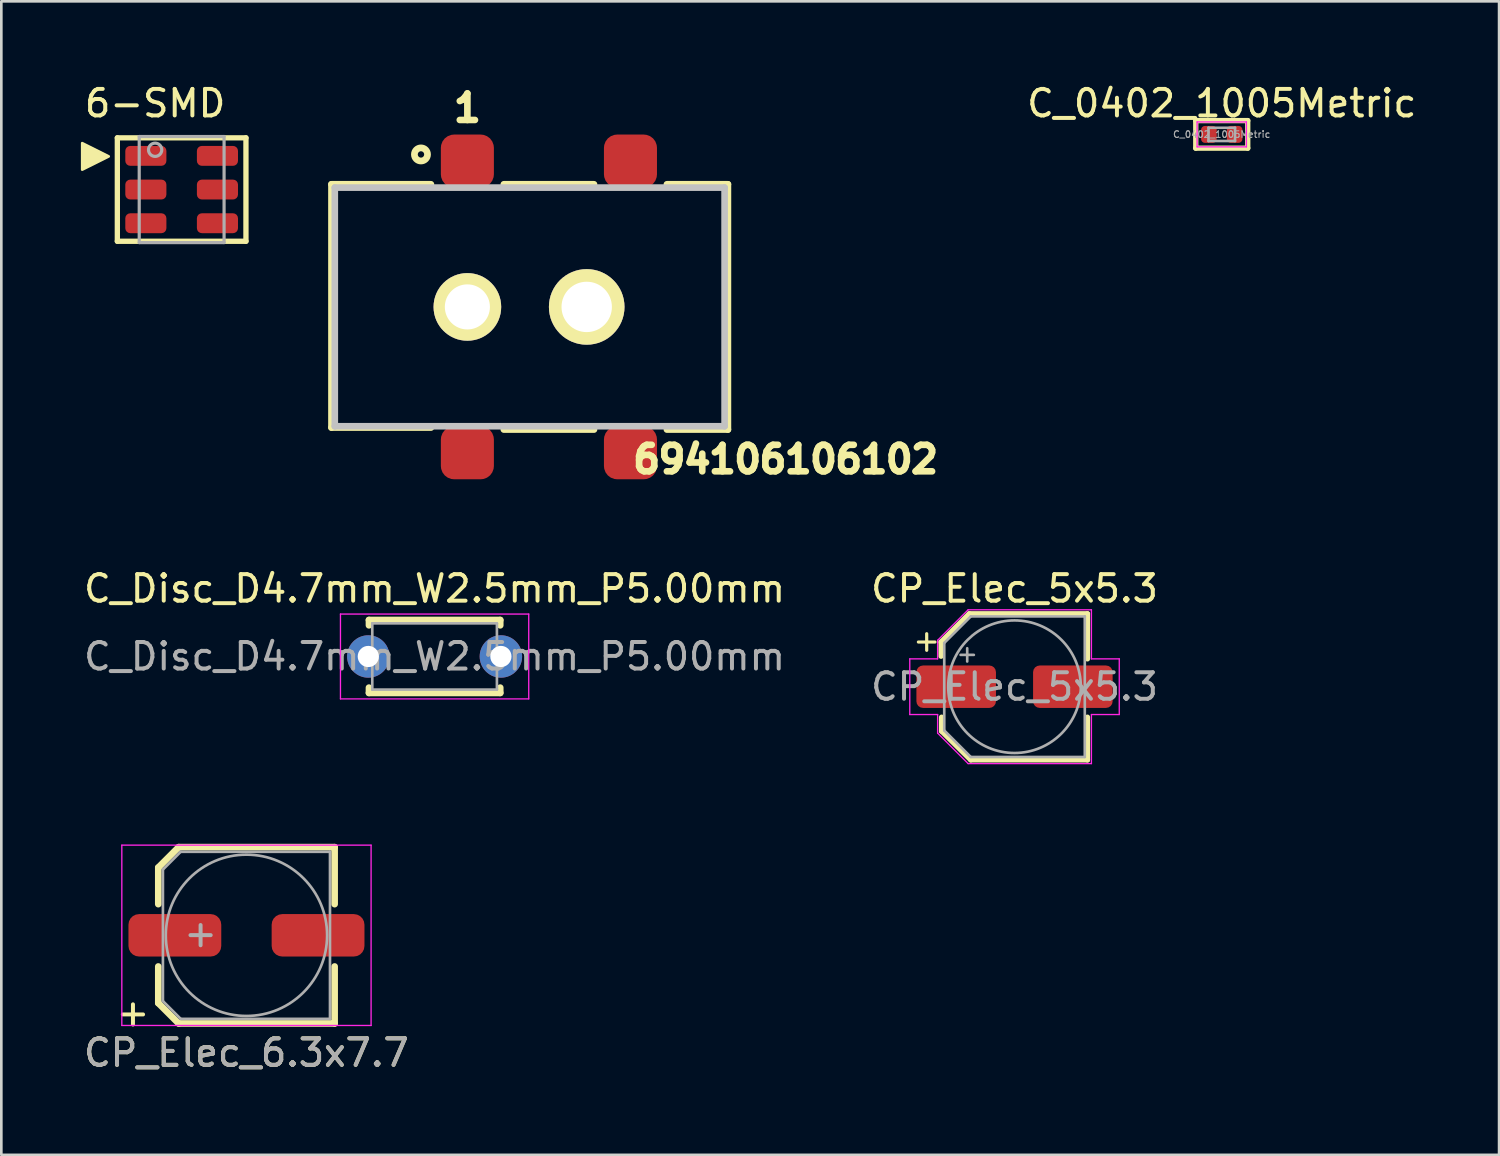
<source format=kicad_pcb>
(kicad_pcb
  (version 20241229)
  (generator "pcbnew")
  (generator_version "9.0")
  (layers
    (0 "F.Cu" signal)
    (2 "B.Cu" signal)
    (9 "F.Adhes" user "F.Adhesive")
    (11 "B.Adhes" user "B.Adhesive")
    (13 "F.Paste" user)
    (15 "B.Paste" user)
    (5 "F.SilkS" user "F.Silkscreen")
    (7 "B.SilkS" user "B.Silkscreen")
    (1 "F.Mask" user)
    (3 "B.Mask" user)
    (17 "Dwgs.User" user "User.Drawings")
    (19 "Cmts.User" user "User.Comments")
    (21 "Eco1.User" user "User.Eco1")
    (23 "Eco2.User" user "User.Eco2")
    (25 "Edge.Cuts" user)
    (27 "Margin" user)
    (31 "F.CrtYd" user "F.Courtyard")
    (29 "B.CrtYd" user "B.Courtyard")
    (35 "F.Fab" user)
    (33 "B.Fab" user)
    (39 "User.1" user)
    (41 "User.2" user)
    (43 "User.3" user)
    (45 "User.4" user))
  (footprint "694106106102"
    (layer "F.Cu")
    (at 9.575 13.024)
    (property "Reference" "694106106102" (at 17 1.25 0) (layer "F.SilkS") (effects (font (size 1 1) (thickness 0.25))))
    (attr through_hole)
    (fp_line (start -0.125 -9.125) (end 3.625 -9.125) (stroke (width 0.25) (type solid)) (layer "F.SilkS"))
    (fp_line (start -0.125 0.05) (end -0.125 -9.125) (stroke (width 0.25) (type solid)) (layer "F.SilkS"))
    (fp_line (start -0.125 0.05) (end 3.625 0.05) (stroke (width 0.25) (type solid)) (layer "F.SilkS"))
    (fp_line (start 6.375 -9.125) (end 9.775 -9.125) (stroke (width 0.25) (type solid)) (layer "F.SilkS"))
    (fp_line (start 6.375 0.125) (end 9.775 0.125) (stroke (width 0.25) (type solid)) (layer "F.SilkS"))
    (fp_line (start 14.825 -9.125) (end 12.525 -9.125) (stroke (width 0.25) (type solid)) (layer "F.SilkS"))
    (fp_line (start 14.825 0.125) (end 12.525 0.125) (stroke (width 0.25) (type solid)) (layer "F.SilkS"))
    (fp_line (start 14.825 0.125) (end 14.825 -9.125) (stroke (width 0.25) (type solid)) (layer "F.SilkS"))
    (fp_circle (center 3.25 -10.25) (end 3.13 -10.25) (stroke (width 0.254) (type solid)) (fill no) (layer "F.SilkS"))
    (fp_line (start 0 -9) (end 14.7 -9) (stroke (width 0.25) (type solid)) (layer "Dwgs.User"))
    (fp_line (start 0 0) (end 0 -9) (stroke (width 0.25) (type solid)) (layer "Dwgs.User"))
    (fp_line (start 14.7 -9) (end 14.7 0) (stroke (width 0.25) (type solid)) (layer "Dwgs.User"))
    (fp_line (start 14.7 0) (end 0 0) (stroke (width 0.25) (type solid)) (layer "Dwgs.User"))
    (fp_text user "1" (at 5 -12 0) (layer "F.SilkS") (effects (font (size 1 1) (thickness 0.25))))
    (pad "1" smd roundrect (at 5 -10 90) (size 2 2) (layers "F.Cu" "F.Mask" "F.Paste") (roundrect_rratio 0.25))
    (pad "1" smd roundrect (at 11.15 -10 90) (size 2 2) (layers "F.Cu" "F.Mask" "F.Paste") (roundrect_rratio 0.25))
    (pad "2" smd roundrect (at 5 1 90) (size 2 2) (layers "F.Cu" "F.Mask" "F.Paste") (roundrect_rratio 0.25))
    (pad "3" smd roundrect (at 11.15 1 90) (size 2 2) (layers "F.Cu" "F.Mask" "F.Paste") (roundrect_rratio 0.25))
    (pad "4" thru_hole circle (at 5 -4.5 90) (size 2.55 2.55) (drill 1.7) (layers "*.Cu" "*.Mask" "F.SilkS"))
    (pad "5" thru_hole circle (at 9.5 -4.5 90) (size 2.85 2.85) (drill 1.9) (layers "*.Cu" "*.Mask" "F.SilkS")))
  (footprint "6-SMD"
    (layer "F.Cu")
    (at 3.8 4.098)
    (property "Reference" "6-SMD" (at -1 -3.25 0) (layer "F.SilkS") (effects (font (size 1 1) (thickness 0.15))))
    (attr through_hole)
    (fp_line (start -2.425 -1.95) (end 2.425 -1.95) (stroke (width 0.2) (type solid)) (layer "F.SilkS"))
    (fp_line (start -2.425 1.95) (end -2.425 -1.95) (stroke (width 0.2) (type solid)) (layer "F.SilkS"))
    (fp_line (start 2.425 -1.95) (end 2.425 1.95) (stroke (width 0.2) (type solid)) (layer "F.SilkS"))
    (fp_line (start 2.425 1.95) (end -2.425 1.95) (stroke (width 0.2) (type solid)) (layer "F.SilkS"))
    (fp_poly (pts (xy -2.75 -1.25) (xy -3.75 -0.75) (xy -3.75 -1.75)) (stroke (width 0.1) (type solid)) (fill yes) (layer "F.SilkS"))
    (fp_line (start -1.6 -2) (end -1.6 2) (stroke (width 0.12) (type solid)) (layer "F.Fab"))
    (fp_line (start -1.6 -2) (end 1.6 -2) (stroke (width 0.12) (type solid)) (layer "F.Fab"))
    (fp_line (start 1.6 -2) (end 1.6 2) (stroke (width 0.12) (type solid)) (layer "F.Fab"))
    (fp_line (start 1.6 2) (end -1.6 2) (stroke (width 0.12) (type solid)) (layer "F.Fab"))
    (fp_circle (center -1 -1.5) (end -1 -1.75) (stroke (width 0.12) (type solid)) (fill no) (layer "F.Fab"))
    (pad "1" smd roundrect (at -1.35 -1.27) (size 1.55 0.75) (layers "F.Cu" "F.Mask" "F.Paste") (roundrect_rratio 0.25))
    (pad "2" smd roundrect (at -1.35 0) (size 1.55 0.75) (layers "F.Cu" "F.Mask" "F.Paste") (roundrect_rratio 0.25))
    (pad "3" smd roundrect (at -1.35 1.27) (size 1.55 0.75) (layers "F.Cu" "F.Mask" "F.Paste") (roundrect_rratio 0.25))
    (pad "4" smd roundrect (at 1.35 1.27) (size 1.55 0.75) (layers "F.Cu" "F.Mask" "F.Paste") (roundrect_rratio 0.25))
    (pad "5" smd roundrect (at 1.35 0) (size 1.55 0.75) (layers "F.Cu" "F.Mask" "F.Paste") (roundrect_rratio 0.25))
    (pad "6" smd roundrect (at 1.35 -1.27) (size 1.55 0.75) (layers "F.Cu" "F.Mask" "F.Paste") (roundrect_rratio 0.25)))
  (footprint "C_0402_1005Metric"
    (layer "F.Cu")
    (at 43.023 2.018)
    (property "Reference" "C_0402_1005Metric" (at 0 -1.17 0) (layer "F.SilkS") (effects (font (size 1 1) (thickness 0.15))))
    (attr smd)
    (fp_line (start -0.98 -0.52) (end -0.98 0.52) (stroke (width 0.2) (type solid)) (layer "F.SilkS"))
    (fp_line (start -0.98 -0.52) (end 0.98 -0.52) (stroke (width 0.2) (type solid)) (layer "F.SilkS"))
    (fp_line (start -0.98 0.52) (end 0.98 0.52) (stroke (width 0.2) (type solid)) (layer "F.SilkS"))
    (fp_line (start 0.98 -0.52) (end 0.98 0.52) (stroke (width 0.2) (type solid)) (layer "F.SilkS"))
    (fp_line (start -0.93 -0.47) (end 0.93 -0.47) (stroke (width 0.05) (type solid)) (layer "F.CrtYd"))
    (fp_line (start -0.93 0.47) (end -0.93 -0.47) (stroke (width 0.05) (type solid)) (layer "F.CrtYd"))
    (fp_line (start 0.93 -0.47) (end 0.93 0.47) (stroke (width 0.05) (type solid)) (layer "F.CrtYd"))
    (fp_line (start 0.93 0.47) (end -0.93 0.47) (stroke (width 0.05) (type solid)) (layer "F.CrtYd"))
    (fp_line (start -0.5 -0.25) (end 0.5 -0.25) (stroke (width 0.1) (type solid)) (layer "F.Fab"))
    (fp_line (start -0.5 0.25) (end -0.5 -0.25) (stroke (width 0.1) (type solid)) (layer "F.Fab"))
    (fp_line (start 0.5 -0.25) (end 0.5 0.25) (stroke (width 0.1) (type solid)) (layer "F.Fab"))
    (fp_line (start 0.5 0.25) (end -0.5 0.25) (stroke (width 0.1) (type solid)) (layer "F.Fab"))
    (fp_text user "${REFERENCE}" (at 0 0 0) (layer "F.Fab") (effects (font (size 0.25 0.25) (thickness 0.04))))
    (pad "1" smd roundrect (at -0.485 0) (size 0.59 0.64) (layers "F.Cu" "F.Mask" "F.Paste") (roundrect_rratio 0.25))
    (pad "2" smd roundrect (at 0.485 0) (size 0.59 0.64) (layers "F.Cu" "F.Mask" "F.Paste") (roundrect_rratio 0.25)))
  (footprint "C_Disc_D4.7mm_W2.5mm_P5.00mm"
    (layer "F.Cu")
    (at 10.839 21.706)
    (property "Reference" "C_Disc_D4.7mm_W2.5mm_P5.00mm" (at 2.5 -2.56 0) (layer "F.SilkS") (effects (font (size 1 1) (thickness 0.15))))
    (attr through_hole)
    (fp_line (start 0.025 -1.375) (end 0.025 -1.175) (stroke (width 0.25) (type solid)) (layer "F.SilkS"))
    (fp_line (start 0.025 -1.375) (end 4.975 -1.375) (stroke (width 0.25) (type solid)) (layer "F.SilkS"))
    (fp_line (start 0.025 1.175) (end 0.025 1.375) (stroke (width 0.25) (type solid)) (layer "F.SilkS"))
    (fp_line (start 0.025 1.375) (end 4.975 1.375) (stroke (width 0.25) (type solid)) (layer "F.SilkS"))
    (fp_line (start 4.975 -1.375) (end 4.975 -1.175) (stroke (width 0.25) (type solid)) (layer "F.SilkS"))
    (fp_line (start 4.975 1.175) (end 4.975 1.375) (stroke (width 0.25) (type solid)) (layer "F.SilkS"))
    (fp_line (start -1.05 -1.6) (end -1.05 1.6) (stroke (width 0.05) (type solid)) (layer "F.CrtYd"))
    (fp_line (start -1.05 1.6) (end 6.05 1.6) (stroke (width 0.05) (type solid)) (layer "F.CrtYd"))
    (fp_line (start 6.05 -1.6) (end -1.05 -1.6) (stroke (width 0.05) (type solid)) (layer "F.CrtYd"))
    (fp_line (start 6.05 1.6) (end 6.05 -1.6) (stroke (width 0.05) (type solid)) (layer "F.CrtYd"))
    (fp_line (start 0.15 -1.25) (end 0.15 1.25) (stroke (width 0.1) (type solid)) (layer "F.Fab"))
    (fp_line (start 0.15 1.25) (end 4.85 1.25) (stroke (width 0.1) (type solid)) (layer "F.Fab"))
    (fp_line (start 4.85 -1.25) (end 0.15 -1.25) (stroke (width 0.1) (type solid)) (layer "F.Fab"))
    (fp_line (start 4.85 1.25) (end 4.85 -1.25) (stroke (width 0.1) (type solid)) (layer "F.Fab"))
    (fp_text user "${REFERENCE}" (at 2.5 0 0) (layer "F.Fab") (effects (font (size 1 1) (thickness 0.15))))
    (pad "1" thru_hole circle (at 0 0) (size 1.6 1.6) (drill 0.8) (layers "*.Cu" "*.Mask"))
    (pad "2" thru_hole circle (at 5 0) (size 1.6 1.6) (drill 0.8) (layers "*.Cu" "*.Mask")))
  (footprint "CP_Elec_5x5.3"
    (layer "F.Cu")
    (at 35.208 22.846)
    (property "Reference" "CP_Elec_5x5.3" (at 0 -3.7 0) (layer "F.SilkS") (effects (font (size 1 1) (thickness 0.15))))
    (attr smd)
    (fp_line (start -3.625 -1.685) (end -3 -1.685) (stroke (width 0.12) (type solid)) (layer "F.SilkS"))
    (fp_line (start -3.312 -1.998) (end -3.312 -1.373) (stroke (width 0.12) (type solid)) (layer "F.SilkS"))
    (fp_line (start -2.77 -1.686) (end -2.77 -1.15) (stroke (width 0.2) (type solid)) (layer "F.SilkS"))
    (fp_line (start -2.77 -1.686) (end -1.706 -2.75) (stroke (width 0.2) (type solid)) (layer "F.SilkS"))
    (fp_line (start -2.75 1.675) (end -2.75 1.15) (stroke (width 0.2) (type solid)) (layer "F.SilkS"))
    (fp_line (start -2.75 1.675) (end -1.65 2.76) (stroke (width 0.2) (type solid)) (layer "F.SilkS"))
    (fp_line (start -1.706 -2.75) (end 2.75 -2.75) (stroke (width 0.2) (type solid)) (layer "F.SilkS"))
    (fp_line (start -1.65 2.76) (end 2.75 2.76) (stroke (width 0.2) (type solid)) (layer "F.SilkS"))
    (fp_line (start 2.75 -2.75) (end 2.75 -1.05) (stroke (width 0.2) (type solid)) (layer "F.SilkS"))
    (fp_line (start 2.75 2.76) (end 2.75 1.15) (stroke (width 0.2) (type solid)) (layer "F.SilkS"))
    (fp_line (start -3.95 -1.05) (end -3.95 1.05) (stroke (width 0.05) (type solid)) (layer "F.CrtYd"))
    (fp_line (start -3.95 1.05) (end -2.9 1.05) (stroke (width 0.05) (type solid)) (layer "F.CrtYd"))
    (fp_line (start -2.9 -1.75) (end -2.9 -1.05) (stroke (width 0.05) (type solid)) (layer "F.CrtYd"))
    (fp_line (start -2.9 -1.75) (end -1.75 -2.9) (stroke (width 0.05) (type solid)) (layer "F.CrtYd"))
    (fp_line (start -2.9 -1.05) (end -3.95 -1.05) (stroke (width 0.05) (type solid)) (layer "F.CrtYd"))
    (fp_line (start -2.9 1.05) (end -2.9 1.75) (stroke (width 0.05) (type solid)) (layer "F.CrtYd"))
    (fp_line (start -2.9 1.75) (end -1.75 2.9) (stroke (width 0.05) (type solid)) (layer "F.CrtYd"))
    (fp_line (start -1.75 -2.9) (end 2.9 -2.9) (stroke (width 0.05) (type solid)) (layer "F.CrtYd"))
    (fp_line (start -1.75 2.9) (end 2.9 2.9) (stroke (width 0.05) (type solid)) (layer "F.CrtYd"))
    (fp_line (start 2.9 -2.9) (end 2.9 -1.05) (stroke (width 0.05) (type solid)) (layer "F.CrtYd"))
    (fp_line (start 2.9 -1.05) (end 3.95 -1.05) (stroke (width 0.05) (type solid)) (layer "F.CrtYd"))
    (fp_line (start 2.9 1.05) (end 2.9 2.9) (stroke (width 0.05) (type solid)) (layer "F.CrtYd"))
    (fp_line (start 3.95 -1.05) (end 3.95 1.05) (stroke (width 0.05) (type solid)) (layer "F.CrtYd"))
    (fp_line (start 3.95 1.05) (end 2.9 1.05) (stroke (width 0.05) (type solid)) (layer "F.CrtYd"))
    (fp_line (start -2.65 -1.65) (end -2.65 1.65) (stroke (width 0.1) (type solid)) (layer "F.Fab"))
    (fp_line (start -2.65 -1.65) (end -1.65 -2.65) (stroke (width 0.1) (type solid)) (layer "F.Fab"))
    (fp_line (start -2.65 1.65) (end -1.65 2.65) (stroke (width 0.1) (type solid)) (layer "F.Fab"))
    (fp_line (start -2.034 -1.2) (end -1.534 -1.2) (stroke (width 0.1) (type solid)) (layer "F.Fab"))
    (fp_line (start -1.784 -1.45) (end -1.784 -0.95) (stroke (width 0.1) (type solid)) (layer "F.Fab"))
    (fp_line (start -1.65 -2.65) (end 2.65 -2.65) (stroke (width 0.1) (type solid)) (layer "F.Fab"))
    (fp_line (start -1.65 2.65) (end 2.65 2.65) (stroke (width 0.1) (type solid)) (layer "F.Fab"))
    (fp_line (start 2.65 -2.65) (end 2.65 2.65) (stroke (width 0.1) (type solid)) (layer "F.Fab"))
    (fp_circle (center 0 0) (end 2.5 0) (stroke (width 0.1) (type solid)) (fill no) (layer "F.Fab"))
    (fp_text user "${REFERENCE}" (at 0 0 0) (layer "F.Fab") (effects (font (size 1 1) (thickness 0.15))))
    (pad "1" smd roundrect (at -2.2 0) (size 3 1.6) (layers "F.Cu" "F.Mask" "F.Paste") (roundrect_rratio 0.156))
    (pad "2" smd roundrect (at 2.2 0) (size 3 1.6) (layers "F.Cu" "F.Mask" "F.Paste") (roundrect_rratio 0.156)))
  (footprint "CP_Elec_6.3x7.7"
    (layer "F.Cu")
    (at 6.244 32.221)
    (property "Reference" "CP_Elec_6.3x7.7" (at 0 4.43 0) (layer "F.SilkS") (effects (font (size 1 1) (thickness 0.15))))
    (attr smd)
    (fp_line (start -3.325 -2.555) (end -2.555 -3.325) (stroke (width 0.25) (type solid)) (layer "F.SilkS"))
    (fp_line (start -3.325 -1.175) (end -3.325 -2.555) (stroke (width 0.25) (type solid)) (layer "F.SilkS"))
    (fp_line (start -3.325 2.555) (end -3.325 1.175) (stroke (width 0.25) (type solid)) (layer "F.SilkS"))
    (fp_line (start -2.555 -3.325) (end 3.325 -3.325) (stroke (width 0.25) (type solid)) (layer "F.SilkS"))
    (fp_line (start -2.555 3.325) (end -3.325 2.555) (stroke (width 0.25) (type solid)) (layer "F.SilkS"))
    (fp_line (start 3.325 -3.325) (end 3.325 -1.175) (stroke (width 0.25) (type solid)) (layer "F.SilkS"))
    (fp_line (start 3.325 3.325) (end -2.555 3.325) (stroke (width 0.25) (type solid)) (layer "F.SilkS"))
    (fp_line (start 3.325 3.325) (end 3.325 1.175) (stroke (width 0.25) (type solid)) (layer "F.SilkS"))
    (fp_line (start -4.7 -3.4) (end -4.7 3.4) (stroke (width 0.05) (type solid)) (layer "F.CrtYd"))
    (fp_line (start -4.7 -3.4) (end 4.7 -3.4) (stroke (width 0.05) (type solid)) (layer "F.CrtYd"))
    (fp_line (start 4.7 3.4) (end -4.7 3.4) (stroke (width 0.05) (type solid)) (layer "F.CrtYd"))
    (fp_line (start 4.7 3.4) (end 4.7 -3.4) (stroke (width 0.05) (type solid)) (layer "F.CrtYd"))
    (fp_line (start -3.15 -2.48) (end -3.15 2.48) (stroke (width 0.1) (type solid)) (layer "F.Fab"))
    (fp_line (start -3.15 2.48) (end -2.48 3.15) (stroke (width 0.1) (type solid)) (layer "F.Fab"))
    (fp_line (start -2.48 -3.15) (end -3.15 -2.48) (stroke (width 0.1) (type solid)) (layer "F.Fab"))
    (fp_line (start -2.48 3.15) (end 3.15 3.15) (stroke (width 0.1) (type solid)) (layer "F.Fab"))
    (fp_line (start 3.15 -3.15) (end -2.48 -3.15) (stroke (width 0.1) (type solid)) (layer "F.Fab"))
    (fp_line (start 3.15 3.15) (end 3.15 -3.15) (stroke (width 0.1) (type solid)) (layer "F.Fab"))
    (fp_circle (center 0 0) (end 0.5 3) (stroke (width 0.1) (type solid)) (fill no) (layer "F.Fab"))
    (fp_text user "+" (at -4.28 2.91 0) (layer "F.SilkS") (effects (font (size 1 1) (thickness 0.15))))
    (fp_text user "${REFERENCE}" (at 0 4.43 0) (layer "F.Fab") (effects (font (size 1 1) (thickness 0.15))))
    (fp_text user "+" (at -1.73 -0.08 0) (layer "F.Fab") (effects (font (size 1 1) (thickness 0.15))))
    (pad "1" smd roundrect (at -2.7 0 180) (size 3.5 1.6) (layers "F.Cu" "F.Mask" "F.Paste") (roundrect_rratio 0.25))
    (pad "2" smd roundrect (at 2.7 0 180) (size 3.5 1.6) (layers "F.Cu" "F.Mask" "F.Paste") (roundrect_rratio 0.25)))
  (gr_rect
    (start -3 -3)
    (end 53.481 40.499)
    (stroke (width 0.1) (type default))
    (fill no)
    (layer "Edge.Cuts")))
</source>
